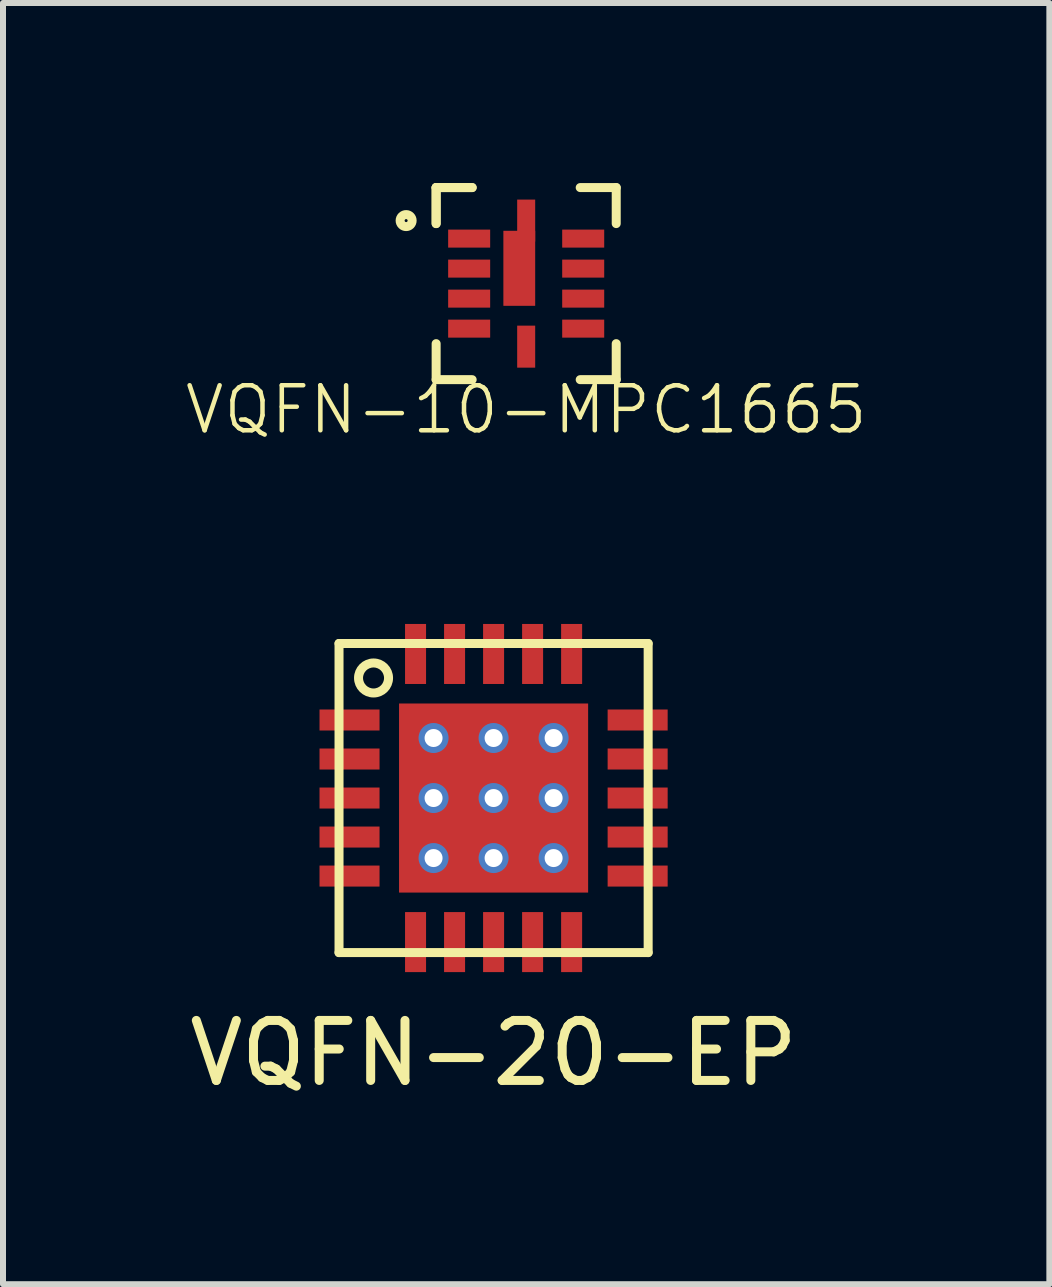
<source format=kicad_pcb>
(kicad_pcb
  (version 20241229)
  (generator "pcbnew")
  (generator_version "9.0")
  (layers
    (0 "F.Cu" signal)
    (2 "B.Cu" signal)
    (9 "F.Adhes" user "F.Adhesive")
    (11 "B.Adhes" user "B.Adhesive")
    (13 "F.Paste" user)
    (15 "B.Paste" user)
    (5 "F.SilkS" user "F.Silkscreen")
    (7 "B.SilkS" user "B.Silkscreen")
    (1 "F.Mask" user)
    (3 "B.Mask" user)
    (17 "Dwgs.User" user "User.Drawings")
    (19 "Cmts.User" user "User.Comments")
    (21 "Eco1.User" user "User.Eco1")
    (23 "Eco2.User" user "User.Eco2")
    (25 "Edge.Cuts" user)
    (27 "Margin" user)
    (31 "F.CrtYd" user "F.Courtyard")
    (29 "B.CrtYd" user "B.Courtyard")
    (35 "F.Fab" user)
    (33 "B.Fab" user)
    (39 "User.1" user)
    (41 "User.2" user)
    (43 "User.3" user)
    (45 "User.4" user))
  (footprint "VQFN-10-MPC1665"
    (layer "F.Cu")
    (at 5.716 1.675)
    (property "Reference" "VQFN-10-MPC1665" (at 0 2.1 0) (layer "F.SilkS") (effects (font (size 0.75 0.75) (thickness 0.075))))
    (attr through_hole)
    (fp_line (start -1.5 -1.6) (end -1.5 -1) (stroke (width 0.15) (type solid)) (layer "F.SilkS"))
    (fp_line (start -1.5 -1.6) (end -1.5 -1) (stroke (width 0.15) (type solid)) (layer "F.SilkS"))
    (fp_line (start -1.5 -1.6) (end -0.9 -1.6) (stroke (width 0.15) (type solid)) (layer "F.SilkS"))
    (fp_line (start -1.5 -1.6) (end -0.9 -1.6) (stroke (width 0.15) (type solid)) (layer "F.SilkS"))
    (fp_line (start -1.5 1.6) (end -1.5 1) (stroke (width 0.15) (type solid)) (layer "F.SilkS"))
    (fp_line (start -1.5 1.6) (end -0.9 1.6) (stroke (width 0.15) (type solid)) (layer "F.SilkS"))
    (fp_line (start 1.5 -1.6) (end 0.9 -1.6) (stroke (width 0.15) (type solid)) (layer "F.SilkS"))
    (fp_line (start 1.5 -1.6) (end 1.5 -1) (stroke (width 0.15) (type solid)) (layer "F.SilkS"))
    (fp_line (start 1.5 1.6) (end 0.9 1.6) (stroke (width 0.15) (type solid)) (layer "F.SilkS"))
    (fp_line (start 1.5 1.6) (end 1.5 1) (stroke (width 0.15) (type solid)) (layer "F.SilkS"))
    (fp_circle (center -2 -1.05) (end -1.9 -1.05) (stroke (width 0.15) (type solid)) (fill no) (layer "F.SilkS"))
    (pad "1" smd rect (at -0.95 -0.75) (size 0.7 0.3) (layers "F.Cu" "F.Mask" "F.Paste"))
    (pad "2" smd rect (at -0.95 -0.25) (size 0.7 0.3) (layers "F.Cu" "F.Mask" "F.Paste"))
    (pad "3" smd rect (at -0.95 0.25) (size 0.7 0.3) (layers "F.Cu" "F.Mask" "F.Paste"))
    (pad "4" smd rect (at -0.95 0.75) (size 0.7 0.3) (layers "F.Cu" "F.Mask" "F.Paste"))
    (pad "5" smd rect (at 0 1.05) (size 0.3 0.7) (layers "F.Cu" "F.Mask" "F.Paste"))
    (pad "6" smd rect (at 0.95 0.75) (size 0.7 0.3) (layers "F.Cu" "F.Mask" "F.Paste"))
    (pad "7" smd rect (at 0.95 0.25) (size 0.7 0.3) (layers "F.Cu" "F.Mask" "F.Paste"))
    (pad "8" smd rect (at 0.95 -0.25) (size 0.7 0.3) (layers "F.Cu" "F.Mask" "F.Paste"))
    (pad "9" smd rect (at 0.95 -0.75) (size 0.7 0.3) (layers "F.Cu" "F.Mask" "F.Paste"))
    (pad "10" smd rect (at 0 -1.05) (size 0.3 0.7) (layers "F.Cu" "F.Mask" "F.Paste"))
    (pad "11" smd rect (at -0.115 -0.255) (size 0.53 1.25) (layers "F.Cu" "F.Mask" "F.Paste")))
  (footprint "VQFN-20-EP"
    (layer "F.Cu")
    (at 5.173 10.245)
    (property "Reference" "VQFN-20-EP" (at 0 4.25 0) (layer "F.SilkS") (effects (font (size 1 1) (thickness 0.15))))
    (attr through_hole)
    (fp_line (start -2.575 -2.575) (end -2.575 2.575) (stroke (width 0.15) (type solid)) (layer "F.SilkS"))
    (fp_line (start -2.575 -2.575) (end 2.575 -2.575) (stroke (width 0.15) (type solid)) (layer "F.SilkS"))
    (fp_line (start -2.575 2.575) (end 2.575 2.575) (stroke (width 0.15) (type solid)) (layer "F.SilkS"))
    (fp_line (start 2.575 -2.575) (end 2.575 2.575) (stroke (width 0.15) (type solid)) (layer "F.SilkS"))
    (fp_circle (center -2 -2) (end -1.75 -2) (stroke (width 0.15) (type solid)) (fill no) (layer "F.SilkS"))
    (pad "1" smd rect (at -2.4 -1.3) (size 1 0.35) (layers "F.Cu" "F.Mask" "F.Paste"))
    (pad "2" smd rect (at -2.4 -0.65) (size 1 0.35) (layers "F.Cu" "F.Mask" "F.Paste"))
    (pad "3" smd rect (at -2.4 0) (size 1 0.35) (layers "F.Cu" "F.Mask" "F.Paste"))
    (pad "4" smd rect (at -2.4 0.65) (size 1 0.35) (layers "F.Cu" "F.Mask" "F.Paste"))
    (pad "5" smd rect (at -2.4 1.3) (size 1 0.35) (layers "F.Cu" "F.Mask" "F.Paste"))
    (pad "6" smd rect (at -1.3 2.4 90) (size 1 0.35) (layers "F.Cu" "F.Mask" "F.Paste"))
    (pad "7" smd rect (at -0.65 2.4 90) (size 1 0.35) (layers "F.Cu" "F.Mask" "F.Paste"))
    (pad "8" smd rect (at 0 2.4 90) (size 1 0.35) (layers "F.Cu" "F.Mask" "F.Paste"))
    (pad "9" smd rect (at 0.65 2.4 90) (size 1 0.35) (layers "F.Cu" "F.Mask" "F.Paste"))
    (pad "10" smd rect (at 1.3 2.4 90) (size 1 0.35) (layers "F.Cu" "F.Mask" "F.Paste"))
    (pad "11" smd rect (at 2.4 1.3) (size 1 0.35) (layers "F.Cu" "F.Mask" "F.Paste"))
    (pad "12" smd rect (at 2.4 0.65) (size 1 0.35) (layers "F.Cu" "F.Mask" "F.Paste"))
    (pad "13" smd rect (at 2.4 0) (size 1 0.35) (layers "F.Cu" "F.Mask" "F.Paste"))
    (pad "14" smd rect (at 2.4 -0.65) (size 1 0.35) (layers "F.Cu" "F.Mask" "F.Paste"))
    (pad "15" smd rect (at 2.4 -1.3) (size 1 0.35) (layers "F.Cu" "F.Mask" "F.Paste"))
    (pad "16" smd rect (at 1.3 -2.4 90) (size 1 0.35) (layers "F.Cu" "F.Mask" "F.Paste"))
    (pad "17" smd rect (at 0.65 -2.4 90) (size 1 0.35) (layers "F.Cu" "F.Mask" "F.Paste"))
    (pad "18" smd rect (at 0 -2.4 90) (size 1 0.35) (layers "F.Cu" "F.Mask" "F.Paste"))
    (pad "19" smd rect (at -0.65 -2.4 90) (size 1 0.35) (layers "F.Cu" "F.Mask" "F.Paste"))
    (pad "20" smd rect (at -1.3 -2.4 90) (size 1 0.35) (layers "F.Cu" "F.Mask" "F.Paste"))
    (pad "21" thru_hole circle (at -1 -1) (size 0.5 0.5) (drill 0.3) (layers "*.Cu" "*.Mask"))
    (pad "21" thru_hole circle (at -1 0) (size 0.5 0.5) (drill 0.3) (layers "*.Cu" "*.Mask"))
    (pad "21" thru_hole circle (at -1 1) (size 0.5 0.5) (drill 0.3) (layers "*.Cu" "*.Mask"))
    (pad "21" thru_hole circle (at 0 -1) (size 0.5 0.5) (drill 0.3) (layers "*.Cu" "*.Mask"))
    (pad "21" thru_hole circle (at 0 0) (size 0.5 0.5) (drill 0.3) (layers "*.Cu" "*.Mask"))
    (pad "21" smd rect (at 0 0) (size 3.15 3.15) (layers "F.Cu" "F.Mask" "F.Paste"))
    (pad "21" thru_hole circle (at 0 1) (size 0.5 0.5) (drill 0.3) (layers "*.Cu" "*.Mask"))
    (pad "21" thru_hole circle (at 1 -1) (size 0.5 0.5) (drill 0.3) (layers "*.Cu" "*.Mask"))
    (pad "21" thru_hole circle (at 1 0) (size 0.5 0.5) (drill 0.3) (layers "*.Cu" "*.Mask"))
    (pad "21" thru_hole circle (at 1 1) (size 0.5 0.5) (drill 0.3) (layers "*.Cu" "*.Mask")))
  (gr_rect
    (start -3 -3)
    (end 14.432 18.344)
    (stroke (width 0.1) (type default))
    (fill no)
    (layer "Edge.Cuts")))
</source>
